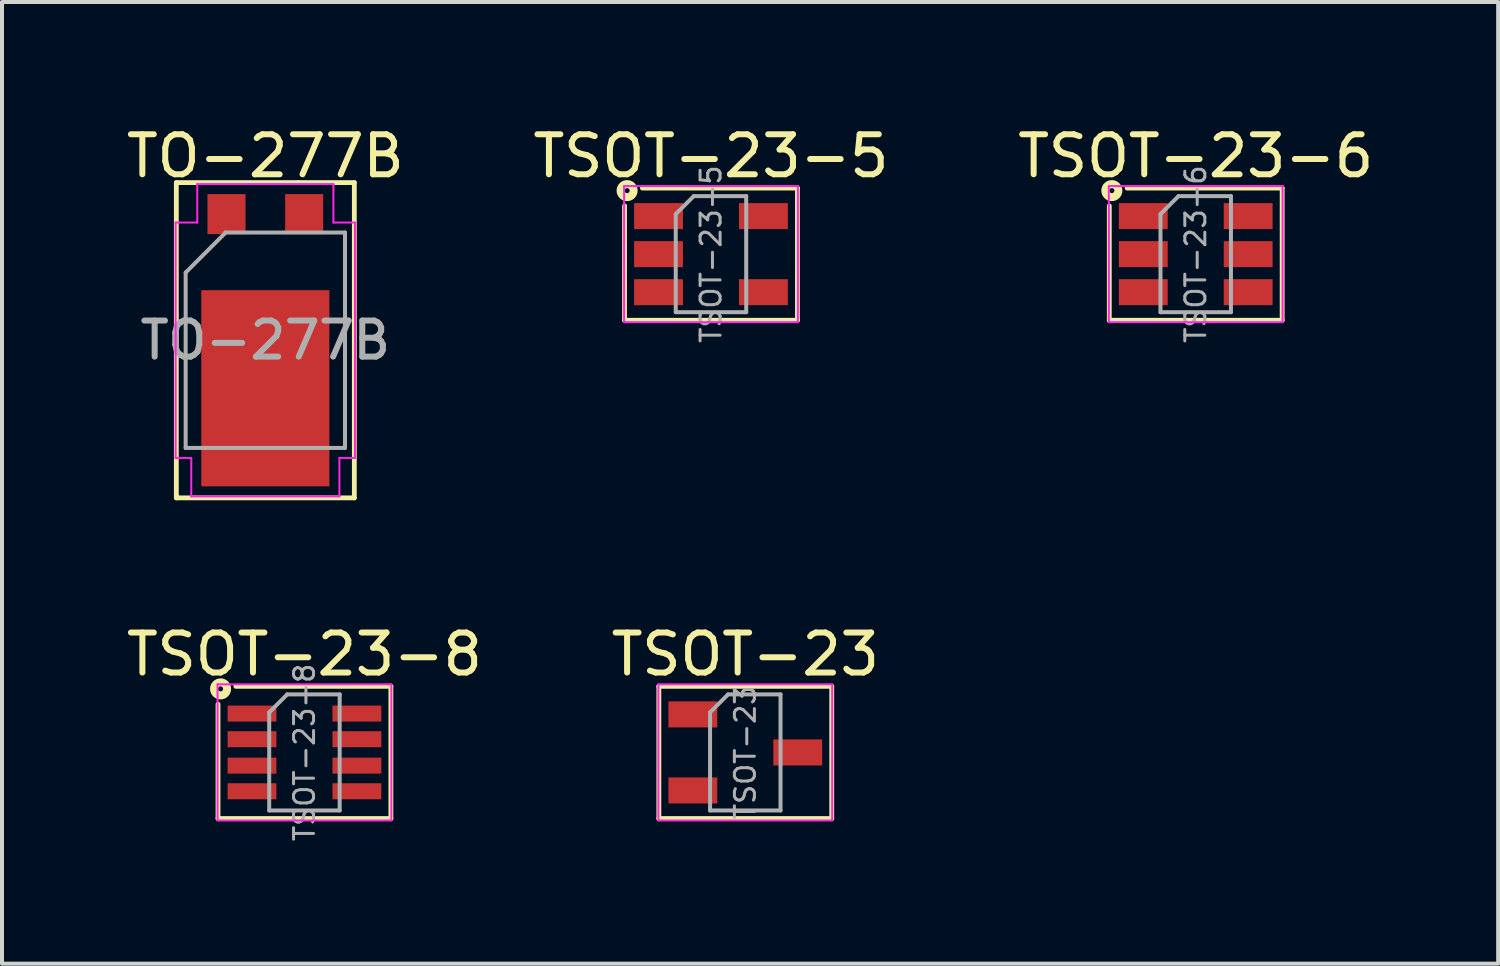
<source format=kicad_pcb>
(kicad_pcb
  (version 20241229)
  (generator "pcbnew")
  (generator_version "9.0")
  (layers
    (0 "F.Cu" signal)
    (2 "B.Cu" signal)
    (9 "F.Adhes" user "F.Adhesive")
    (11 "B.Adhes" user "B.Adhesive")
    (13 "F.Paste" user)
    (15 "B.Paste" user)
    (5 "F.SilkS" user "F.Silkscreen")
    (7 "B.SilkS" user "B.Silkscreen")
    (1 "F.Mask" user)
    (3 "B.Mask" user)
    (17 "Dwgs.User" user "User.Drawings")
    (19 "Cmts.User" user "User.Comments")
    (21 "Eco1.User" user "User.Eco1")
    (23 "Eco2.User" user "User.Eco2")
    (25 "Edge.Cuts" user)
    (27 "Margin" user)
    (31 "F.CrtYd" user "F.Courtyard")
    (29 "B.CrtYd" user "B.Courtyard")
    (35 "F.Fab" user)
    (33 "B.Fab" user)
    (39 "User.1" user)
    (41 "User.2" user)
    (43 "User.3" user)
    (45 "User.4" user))
  (footprint "TSOT-23-6"
    (layer "F.Cu")
    (at 26.815 3.298)
    (property "Reference" "TSOT-23-6" (at 0 -2.45 0) (layer "F.SilkS") (effects (font (size 1 1) (thickness 0.15))))
    (attr smd)
    (fp_line (start -2.159 -1.206) (end -2.159 1.651) (stroke (width 0.12) (type solid)) (layer "F.SilkS"))
    (fp_line (start -2.159 1.651) (end 2.159 1.651) (stroke (width 0.12) (type solid)) (layer "F.SilkS"))
    (fp_line (start 2.159 -1.651) (end -1.714 -1.651) (stroke (width 0.12) (type solid)) (layer "F.SilkS"))
    (fp_line (start 2.159 1.651) (end 2.159 -1.651) (stroke (width 0.12) (type solid)) (layer "F.SilkS"))
    (fp_circle (center -2.095 -1.587) (end -2.032 -1.587) (stroke (width 0.2) (type solid)) (fill no) (layer "F.SilkS"))
    (fp_line (start -2.17 -1.7) (end -2.17 1.7) (stroke (width 0.05) (type solid)) (layer "F.CrtYd"))
    (fp_line (start -2.17 -1.7) (end 2.17 -1.7) (stroke (width 0.05) (type solid)) (layer "F.CrtYd"))
    (fp_line (start 2.17 1.7) (end -2.17 1.7) (stroke (width 0.05) (type solid)) (layer "F.CrtYd"))
    (fp_line (start 2.17 1.7) (end 2.17 -1.7) (stroke (width 0.05) (type solid)) (layer "F.CrtYd"))
    (fp_line (start -0.88 -1) (end -0.88 1.45) (stroke (width 0.1) (type solid)) (layer "F.Fab"))
    (fp_line (start -0.88 -1) (end -0.43 -1.45) (stroke (width 0.1) (type solid)) (layer "F.Fab"))
    (fp_line (start 0.88 -1.45) (end -0.43 -1.45) (stroke (width 0.1) (type solid)) (layer "F.Fab"))
    (fp_line (start 0.88 -1.45) (end 0.88 1.45) (stroke (width 0.1) (type solid)) (layer "F.Fab"))
    (fp_line (start 0.88 1.45) (end -0.88 1.45) (stroke (width 0.1) (type solid)) (layer "F.Fab"))
    (fp_text user "${REFERENCE}" (at 0 0 90) (layer "F.Fab") (effects (font (size 0.5 0.5) (thickness 0.075))))
    (pad "1" smd rect (at -1.31 -0.95) (size 1.22 0.65) (layers "F.Cu" "F.Mask" "F.Paste"))
    (pad "2" smd rect (at -1.31 0) (size 1.22 0.65) (layers "F.Cu" "F.Mask" "F.Paste"))
    (pad "3" smd rect (at -1.31 0.95) (size 1.22 0.65) (layers "F.Cu" "F.Mask" "F.Paste"))
    (pad "4" smd rect (at 1.31 0.95) (size 1.22 0.65) (layers "F.Cu" "F.Mask" "F.Paste"))
    (pad "5" smd rect (at 1.31 0) (size 1.22 0.65) (layers "F.Cu" "F.Mask" "F.Paste"))
    (pad "6" smd rect (at 1.31 -0.95) (size 1.22 0.65) (layers "F.Cu" "F.Mask" "F.Paste")))
  (footprint "TSOT-23-5"
    (layer "F.Cu")
    (at 14.708 3.298)
    (property "Reference" "TSOT-23-5" (at 0 -2.45 0) (layer "F.SilkS") (effects (font (size 1 1) (thickness 0.15))))
    (attr smd)
    (fp_line (start -2.159 -1.206) (end -2.159 1.651) (stroke (width 0.12) (type solid)) (layer "F.SilkS"))
    (fp_line (start -2.159 1.651) (end 2.159 1.651) (stroke (width 0.12) (type solid)) (layer "F.SilkS"))
    (fp_line (start 2.159 -1.651) (end -1.714 -1.651) (stroke (width 0.12) (type solid)) (layer "F.SilkS"))
    (fp_line (start 2.159 1.651) (end 2.159 -1.651) (stroke (width 0.12) (type solid)) (layer "F.SilkS"))
    (fp_circle (center -2.095 -1.587) (end -2.032 -1.587) (stroke (width 0.2) (type solid)) (fill no) (layer "F.SilkS"))
    (fp_line (start -2.17 -1.7) (end -2.17 1.7) (stroke (width 0.05) (type solid)) (layer "F.CrtYd"))
    (fp_line (start -2.17 -1.7) (end 2.17 -1.7) (stroke (width 0.05) (type solid)) (layer "F.CrtYd"))
    (fp_line (start 2.17 1.7) (end -2.17 1.7) (stroke (width 0.05) (type solid)) (layer "F.CrtYd"))
    (fp_line (start 2.17 1.7) (end 2.17 -1.7) (stroke (width 0.05) (type solid)) (layer "F.CrtYd"))
    (fp_line (start -0.88 -1) (end -0.88 1.45) (stroke (width 0.1) (type solid)) (layer "F.Fab"))
    (fp_line (start -0.88 -1) (end -0.43 -1.45) (stroke (width 0.1) (type solid)) (layer "F.Fab"))
    (fp_line (start 0.88 -1.45) (end -0.43 -1.45) (stroke (width 0.1) (type solid)) (layer "F.Fab"))
    (fp_line (start 0.88 -1.45) (end 0.88 1.45) (stroke (width 0.1) (type solid)) (layer "F.Fab"))
    (fp_line (start 0.88 1.45) (end -0.88 1.45) (stroke (width 0.1) (type solid)) (layer "F.Fab"))
    (fp_text user "${REFERENCE}" (at 0 0 90) (layer "F.Fab") (effects (font (size 0.5 0.5) (thickness 0.075))))
    (pad "1" smd rect (at -1.31 -0.95) (size 1.22 0.65) (layers "F.Cu" "F.Mask" "F.Paste"))
    (pad "2" smd rect (at -1.31 0) (size 1.22 0.65) (layers "F.Cu" "F.Mask" "F.Paste"))
    (pad "3" smd rect (at -1.31 0.95) (size 1.22 0.65) (layers "F.Cu" "F.Mask" "F.Paste"))
    (pad "4" smd rect (at 1.31 0.95) (size 1.22 0.65) (layers "F.Cu" "F.Mask" "F.Paste"))
    (pad "5" smd rect (at 1.31 -0.95) (size 1.22 0.65) (layers "F.Cu" "F.Mask" "F.Paste")))
  (footprint "TSOT-23-8"
    (layer "F.Cu")
    (at 4.554 15.743)
    (property "Reference" "TSOT-23-8" (at 0 -2.45 0) (layer "F.SilkS") (effects (font (size 1 1) (thickness 0.15))))
    (attr smd)
    (fp_line (start -2.159 -1.206) (end -2.159 1.651) (stroke (width 0.12) (type solid)) (layer "F.SilkS"))
    (fp_line (start -2.159 1.651) (end 2.159 1.651) (stroke (width 0.12) (type solid)) (layer "F.SilkS"))
    (fp_line (start 2.159 -1.651) (end -1.714 -1.651) (stroke (width 0.12) (type solid)) (layer "F.SilkS"))
    (fp_line (start 2.159 1.651) (end 2.159 -1.651) (stroke (width 0.12) (type solid)) (layer "F.SilkS"))
    (fp_circle (center -2.095 -1.587) (end -2.032 -1.587) (stroke (width 0.2) (type solid)) (fill no) (layer "F.SilkS"))
    (fp_line (start -2.17 -1.7) (end -2.17 1.7) (stroke (width 0.05) (type solid)) (layer "F.CrtYd"))
    (fp_line (start -2.17 -1.7) (end 2.17 -1.7) (stroke (width 0.05) (type solid)) (layer "F.CrtYd"))
    (fp_line (start 2.17 1.7) (end -2.17 1.7) (stroke (width 0.05) (type solid)) (layer "F.CrtYd"))
    (fp_line (start 2.17 1.7) (end 2.17 -1.7) (stroke (width 0.05) (type solid)) (layer "F.CrtYd"))
    (fp_line (start -0.88 -1) (end -0.88 1.45) (stroke (width 0.1) (type solid)) (layer "F.Fab"))
    (fp_line (start -0.88 -1) (end -0.43 -1.45) (stroke (width 0.1) (type solid)) (layer "F.Fab"))
    (fp_line (start 0.88 -1.45) (end -0.43 -1.45) (stroke (width 0.1) (type solid)) (layer "F.Fab"))
    (fp_line (start 0.88 -1.45) (end 0.88 1.45) (stroke (width 0.1) (type solid)) (layer "F.Fab"))
    (fp_line (start 0.88 1.45) (end -0.88 1.45) (stroke (width 0.1) (type solid)) (layer "F.Fab"))
    (fp_text user "${REFERENCE}" (at 0 0 90) (layer "F.Fab") (effects (font (size 0.5 0.5) (thickness 0.075))))
    (pad "1" smd rect (at -1.31 -0.97) (size 1.22 0.4) (layers "F.Cu" "F.Mask" "F.Paste"))
    (pad "2" smd rect (at -1.31 -0.33) (size 1.22 0.4) (layers "F.Cu" "F.Mask" "F.Paste"))
    (pad "3" smd rect (at -1.31 0.33) (size 1.22 0.4) (layers "F.Cu" "F.Mask" "F.Paste"))
    (pad "4" smd rect (at -1.31 0.97) (size 1.22 0.4) (layers "F.Cu" "F.Mask" "F.Paste"))
    (pad "5" smd rect (at 1.31 0.97) (size 1.22 0.4) (layers "F.Cu" "F.Mask" "F.Paste"))
    (pad "6" smd rect (at 1.31 0.33) (size 1.22 0.4) (layers "F.Cu" "F.Mask" "F.Paste"))
    (pad "7" smd rect (at 1.31 -0.33) (size 1.22 0.4) (layers "F.Cu" "F.Mask" "F.Paste"))
    (pad "8" smd rect (at 1.31 -0.97) (size 1.22 0.4) (layers "F.Cu" "F.Mask" "F.Paste")))
  (footprint "TO-277B"
    (layer "F.Cu")
    (at 3.577 5.448)
    (property "Reference" "TO-277B" (at 0 -4.6 180) (layer "F.SilkS") (effects (font (size 1 1) (thickness 0.15))))
    (attr smd)
    (fp_line (start -2.223 -3.937) (end -2.223 3.873) (stroke (width 0.12) (type solid)) (layer "F.SilkS"))
    (fp_line (start -2.223 3.873) (end -2.223 3.937) (stroke (width 0.12) (type solid)) (layer "F.SilkS"))
    (fp_line (start -2.223 3.937) (end 2.223 3.937) (stroke (width 0.12) (type solid)) (layer "F.SilkS"))
    (fp_line (start 0.826 -3.937) (end -2.223 -3.937) (stroke (width 0.12) (type solid)) (layer "F.SilkS"))
    (fp_line (start 2.223 -3.937) (end 0.826 -3.937) (stroke (width 0.12) (type solid)) (layer "F.SilkS"))
    (fp_line (start 2.223 3.937) (end 2.223 -3.937) (stroke (width 0.12) (type solid)) (layer "F.SilkS"))
    (fp_line (start -2.24 -2.94) (end -2.24 2.94) (stroke (width 0.05) (type solid)) (layer "F.CrtYd"))
    (fp_line (start -2.24 -2.94) (end -1.7 -2.94) (stroke (width 0.05) (type solid)) (layer "F.CrtYd"))
    (fp_line (start -2.24 2.94) (end -1.85 2.94) (stroke (width 0.05) (type solid)) (layer "F.CrtYd"))
    (fp_line (start -1.85 3.9) (end -1.85 2.94) (stroke (width 0.05) (type solid)) (layer "F.CrtYd"))
    (fp_line (start -1.7 -3.9) (end 1.7 -3.9) (stroke (width 0.05) (type solid)) (layer "F.CrtYd"))
    (fp_line (start -1.7 -2.94) (end -1.7 -3.9) (stroke (width 0.05) (type solid)) (layer "F.CrtYd"))
    (fp_line (start 1.7 -2.94) (end 1.7 -3.9) (stroke (width 0.05) (type solid)) (layer "F.CrtYd"))
    (fp_line (start 1.7 -2.94) (end 2.24 -2.94) (stroke (width 0.05) (type solid)) (layer "F.CrtYd"))
    (fp_line (start 1.85 2.94) (end 2.24 2.94) (stroke (width 0.05) (type solid)) (layer "F.CrtYd"))
    (fp_line (start 1.85 3.9) (end -1.85 3.9) (stroke (width 0.05) (type solid)) (layer "F.CrtYd"))
    (fp_line (start 1.85 3.9) (end 1.85 2.94) (stroke (width 0.05) (type solid)) (layer "F.CrtYd"))
    (fp_line (start 2.24 2.94) (end 2.24 -2.94) (stroke (width 0.05) (type solid)) (layer "F.CrtYd"))
    (fp_line (start -1.99 -1.69) (end -1.99 2.69) (stroke (width 0.1) (type solid)) (layer "F.Fab"))
    (fp_line (start -1.99 -1.69) (end -0.99 -2.69) (stroke (width 0.1) (type solid)) (layer "F.Fab"))
    (fp_line (start -1.99 2.69) (end 1.99 2.69) (stroke (width 0.1) (type solid)) (layer "F.Fab"))
    (fp_line (start 1.99 -2.69) (end -1 -2.69) (stroke (width 0.1) (type solid)) (layer "F.Fab"))
    (fp_line (start 1.99 2.69) (end 1.99 -2.69) (stroke (width 0.1) (type solid)) (layer "F.Fab"))
    (fp_text user "${REFERENCE}" (at 0 0 0) (layer "F.Fab") (effects (font (size 0.9 0.9) (thickness 0.15))))
    (pad "" smd rect (at -0.9 -0.6) (size 1.3 1.2) (layers "F.Paste"))
    (pad "" smd rect (at -0.9 1.2) (size 1.3 1.2) (layers "F.Paste"))
    (pad "" smd rect (at -0.9 3) (size 1.3 1.2) (layers "F.Paste"))
    (pad "" smd rect (at 0.9 -0.6) (size 1.3 1.2) (layers "F.Paste"))
    (pad "" smd rect (at 0.9 1.2) (size 1.3 1.2) (layers "F.Paste"))
    (pad "" smd rect (at 0.9 3) (size 1.3 1.2) (layers "F.Paste"))
    (pad "1" smd rect (at -0.97 -3.15) (size 0.95 1) (layers "F.Cu" "F.Mask" "F.Paste"))
    (pad "2" smd rect (at 0.97 -3.15) (size 0.95 1) (layers "F.Cu" "F.Mask" "F.Paste"))
    (pad "3" smd rect (at 0 1.2) (size 3.2 4.9) (layers "F.Cu" "F.Mask")))
  (footprint "TSOT-23"
    (layer "F.Cu")
    (at 15.565 15.743)
    (property "Reference" "TSOT-23" (at 0 -2.45 0) (layer "F.SilkS") (effects (font (size 1 1) (thickness 0.15))))
    (attr smd)
    (fp_line (start -2.159 -1.651) (end -2.159 1.651) (stroke (width 0.12) (type solid)) (layer "F.SilkS"))
    (fp_line (start -2.159 1.651) (end 2.159 1.651) (stroke (width 0.12) (type solid)) (layer "F.SilkS"))
    (fp_line (start 2.159 -1.651) (end -2.159 -1.651) (stroke (width 0.12) (type solid)) (layer "F.SilkS"))
    (fp_line (start 2.159 1.651) (end 2.159 -1.651) (stroke (width 0.12) (type solid)) (layer "F.SilkS"))
    (fp_line (start -2.17 -1.7) (end -2.17 1.7) (stroke (width 0.05) (type solid)) (layer "F.CrtYd"))
    (fp_line (start -2.17 -1.7) (end 2.17 -1.7) (stroke (width 0.05) (type solid)) (layer "F.CrtYd"))
    (fp_line (start 2.17 1.7) (end -2.17 1.7) (stroke (width 0.05) (type solid)) (layer "F.CrtYd"))
    (fp_line (start 2.17 1.7) (end 2.17 -1.7) (stroke (width 0.05) (type solid)) (layer "F.CrtYd"))
    (fp_line (start -0.88 -1) (end -0.88 1.45) (stroke (width 0.1) (type solid)) (layer "F.Fab"))
    (fp_line (start -0.88 -1) (end -0.43 -1.45) (stroke (width 0.1) (type solid)) (layer "F.Fab"))
    (fp_line (start 0.88 -1.45) (end -0.43 -1.45) (stroke (width 0.1) (type solid)) (layer "F.Fab"))
    (fp_line (start 0.88 -1.45) (end 0.88 1.45) (stroke (width 0.1) (type solid)) (layer "F.Fab"))
    (fp_line (start 0.88 1.45) (end -0.88 1.45) (stroke (width 0.1) (type solid)) (layer "F.Fab"))
    (fp_text user "${REFERENCE}" (at 0 0 90) (layer "F.Fab") (effects (font (size 0.5 0.5) (thickness 0.075))))
    (pad "1" smd rect (at -1.31 -0.95) (size 1.22 0.65) (layers "F.Cu" "F.Mask" "F.Paste"))
    (pad "2" smd rect (at -1.31 0.95) (size 1.22 0.65) (layers "F.Cu" "F.Mask" "F.Paste"))
    (pad "3" smd rect (at 1.31 0) (size 1.22 0.65) (layers "F.Cu" "F.Mask" "F.Paste")))
  (gr_rect
    (start -3 -3)
    (end 34.369 21.02)
    (stroke (width 0.1) (type default))
    (fill no)
    (layer "Edge.Cuts")))
</source>
